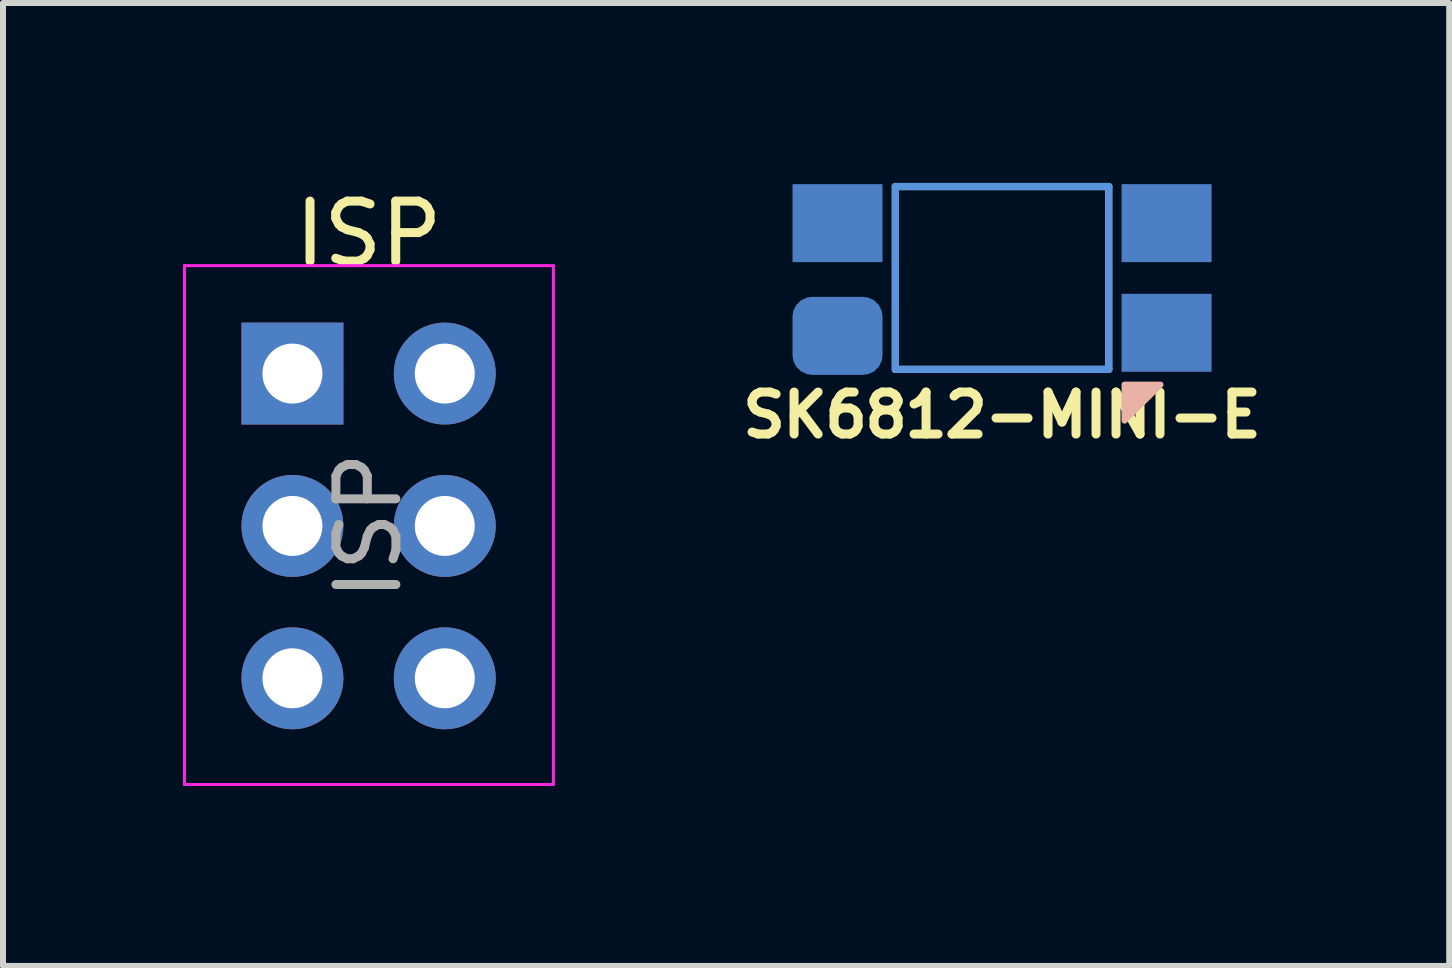
<source format=kicad_pcb>
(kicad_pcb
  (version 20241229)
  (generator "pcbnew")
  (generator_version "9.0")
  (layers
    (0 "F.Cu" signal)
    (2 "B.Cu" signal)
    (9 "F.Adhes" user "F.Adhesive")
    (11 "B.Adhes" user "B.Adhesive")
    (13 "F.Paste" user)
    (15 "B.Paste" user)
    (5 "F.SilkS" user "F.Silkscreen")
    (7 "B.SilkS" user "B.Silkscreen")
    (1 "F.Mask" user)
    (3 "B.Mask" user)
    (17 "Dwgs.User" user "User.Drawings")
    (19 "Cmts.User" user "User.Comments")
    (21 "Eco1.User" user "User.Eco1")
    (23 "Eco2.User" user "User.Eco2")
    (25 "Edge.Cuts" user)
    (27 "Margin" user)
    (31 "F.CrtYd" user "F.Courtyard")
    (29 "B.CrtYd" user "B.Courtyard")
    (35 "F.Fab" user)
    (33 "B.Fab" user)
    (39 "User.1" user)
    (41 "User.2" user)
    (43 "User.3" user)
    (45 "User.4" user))
  (footprint "ISP"
    (layer "F.Cu")
    (at 1.825 3.178)
    (property "Reference" "ISP" (at 1.27 -2.33 0) (layer "F.SilkS") (effects (font (size 1 1) (thickness 0.15))))
    (attr through_hole)
    (fp_line (start -1.8 -1.8) (end -1.8 6.85) (stroke (width 0.05) (type solid)) (layer "F.CrtYd"))
    (fp_line (start -1.8 6.85) (end 4.35 6.85) (stroke (width 0.05) (type solid)) (layer "F.CrtYd"))
    (fp_line (start 4.35 -1.8) (end -1.8 -1.8) (stroke (width 0.05) (type solid)) (layer "F.CrtYd"))
    (fp_line (start 4.35 6.85) (end 4.35 -1.8) (stroke (width 0.05) (type solid)) (layer "F.CrtYd"))
    (fp_text user "${REFERENCE}" (at 1.27 2.54 90) (layer "F.Fab") (effects (font (size 1 1) (thickness 0.15))))
    (pad "1" thru_hole rect (at 0 0) (size 1.7 1.7) (drill 1) (layers "*.Cu" "*.Mask"))
    (pad "2" thru_hole oval (at 2.54 0) (size 1.7 1.7) (drill 1) (layers "*.Cu" "*.Mask"))
    (pad "3" thru_hole oval (at 0 2.54) (size 1.7 1.7) (drill 1) (layers "*.Cu" "*.Mask"))
    (pad "4" thru_hole oval (at 2.54 2.54) (size 1.7 1.7) (drill 1) (layers "*.Cu" "*.Mask"))
    (pad "5" thru_hole oval (at 0 5.08) (size 1.7 1.7) (drill 1) (layers "*.Cu" "*.Mask"))
    (pad "6" thru_hole oval (at 2.54 5.08) (size 1.7 1.7) (drill 1) (layers "*.Cu" "*.Mask")))
  (footprint "SK6812-MINI-E"
    (layer "F.Cu")
    (at 13.655 1.584)
    (property "Reference" "SK6812-MINI-E" (at 0 2.286 0) (unlocked yes) (layer "F.SilkS") (effects (font (size 0.7 0.7) (thickness 0.15))))
    (attr through_hole)
    (fp_poly (pts (xy 2.642 1.778) (xy 2.042 1.778) (xy 2.042 2.378)) (stroke (width 0.1) (type solid)) (fill yes) (layer "B.SilkS"))
    (fp_line (start -1.778 -1.524) (end -1.778 1.524) (stroke (width 0.12) (type solid)) (layer "Cmts.User"))
    (fp_line (start -1.778 1.524) (end 1.778 1.524) (stroke (width 0.12) (type solid)) (layer "Cmts.User"))
    (fp_line (start 1.778 -1.524) (end -1.778 -1.524) (stroke (width 0.12) (type solid)) (layer "Cmts.User"))
    (fp_line (start 1.778 1.524) (end 1.778 -1.524) (stroke (width 0.12) (type solid)) (layer "Cmts.User"))
    (fp_line (start -1.778 -1.524) (end -1.778 1.524) (stroke (width 0.12) (type solid)) (layer "Edge.Cuts"))
    (fp_line (start -1.778 1.524) (end 1.778 1.524) (stroke (width 0.12) (type solid)) (layer "Edge.Cuts"))
    (fp_line (start 1.778 -1.524) (end -1.778 -1.524) (stroke (width 0.12) (type solid)) (layer "Edge.Cuts"))
    (fp_line (start 1.778 1.524) (end 1.778 -1.524) (stroke (width 0.12) (type solid)) (layer "Edge.Cuts"))
    (pad "1" smd rect (at -2.743 -0.914) (size 1.5 1.3) (layers "B.Cu" "B.Mask" "B.Paste"))
    (pad "2" smd roundrect (at -2.743 0.965) (size 1.5 1.3) (layers "B.Cu" "B.Mask" "B.Paste") (roundrect_rratio 0.25))
    (pad "3" smd rect (at 2.743 0.914) (size 1.5 1.3) (layers "B.Cu" "B.Mask" "B.Paste"))
    (pad "4" smd rect (at 2.743 -0.914) (size 1.5 1.3) (layers "B.Cu" "B.Mask" "B.Paste")))
  (gr_rect
    (start -3 -3)
    (end 21.11 13.053)
    (stroke (width 0.1) (type default))
    (fill no)
    (layer "Edge.Cuts")))
</source>
